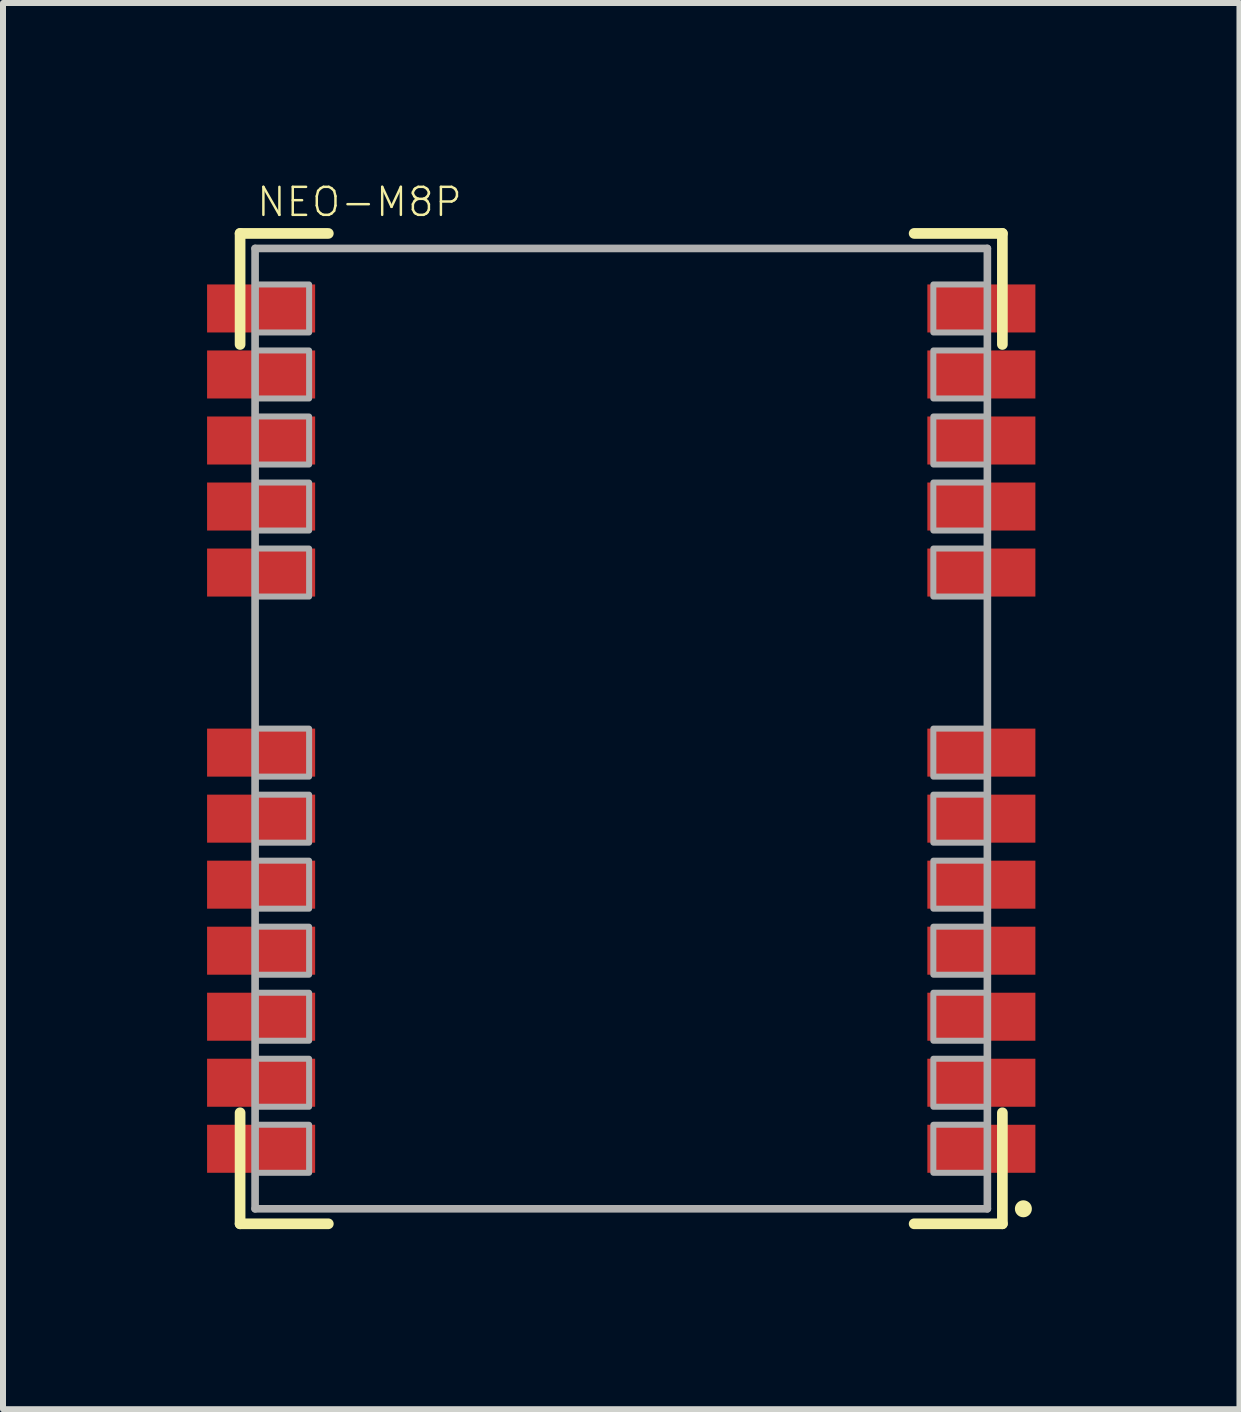
<source format=kicad_pcb>
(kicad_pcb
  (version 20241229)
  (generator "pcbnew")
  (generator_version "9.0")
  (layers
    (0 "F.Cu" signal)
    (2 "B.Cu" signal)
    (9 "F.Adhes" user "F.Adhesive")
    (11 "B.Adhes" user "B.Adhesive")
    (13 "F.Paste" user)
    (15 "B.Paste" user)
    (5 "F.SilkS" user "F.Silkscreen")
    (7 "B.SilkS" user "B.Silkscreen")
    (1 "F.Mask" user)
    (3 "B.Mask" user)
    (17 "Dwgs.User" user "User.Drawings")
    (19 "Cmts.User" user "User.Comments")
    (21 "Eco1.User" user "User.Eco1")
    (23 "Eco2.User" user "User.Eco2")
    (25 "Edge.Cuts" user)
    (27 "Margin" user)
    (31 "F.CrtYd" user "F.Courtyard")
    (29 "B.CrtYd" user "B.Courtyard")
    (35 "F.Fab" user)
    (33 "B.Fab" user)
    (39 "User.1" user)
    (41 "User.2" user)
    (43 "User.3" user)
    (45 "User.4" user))
  (footprint "NEO-M8P"
    (layer "F.Cu")
    (at 7.3 9.089)
    (property "Reference" "NEO-M8P" (at -6.1 -8.5 0) (layer "F.SilkS") (effects (font (size 0.467 0.467) (thickness 0.041)) (justify left bottom)))
    (fp_line (start -6.35 -8.25) (end -4.88 -8.25) (stroke (width 0.178) (type solid)) (layer "F.SilkS"))
    (fp_line (start -6.35 -6.4) (end -6.35 -8.25) (stroke (width 0.178) (type solid)) (layer "F.SilkS"))
    (fp_line (start -6.35 8.25) (end -6.35 6.4) (stroke (width 0.178) (type solid)) (layer "F.SilkS"))
    (fp_line (start -4.88 8.25) (end -6.35 8.25) (stroke (width 0.178) (type solid)) (layer "F.SilkS"))
    (fp_line (start 4.88 -8.25) (end 6.35 -8.25) (stroke (width 0.178) (type solid)) (layer "F.SilkS"))
    (fp_line (start 6.35 -8.25) (end 6.35 -6.4) (stroke (width 0.178) (type solid)) (layer "F.SilkS"))
    (fp_line (start 6.35 6.4) (end 6.35 8.25) (stroke (width 0.178) (type solid)) (layer "F.SilkS"))
    (fp_line (start 6.35 8.25) (end 4.88 8.25) (stroke (width 0.178) (type solid)) (layer "F.SilkS"))
    (fp_circle (center 6.7 8) (end 6.771 8) (stroke (width 0.141) (type solid)) (fill yes) (layer "F.SilkS"))
    (fp_poly (pts (xy -6.1 -7.4) (xy -7.3 -7.4) (xy -7.3 -6.6) (xy -6.1 -6.6)) (stroke (width 0) (type solid)) (fill yes) (layer "F.Paste"))
    (fp_poly (pts (xy -6.1 -6.3) (xy -7.3 -6.3) (xy -7.3 -5.5) (xy -6.1 -5.5)) (stroke (width 0) (type solid)) (fill yes) (layer "F.Paste"))
    (fp_poly (pts (xy -6.1 -5.2) (xy -7.3 -5.2) (xy -7.3 -4.4) (xy -6.1 -4.4)) (stroke (width 0) (type solid)) (fill yes) (layer "F.Paste"))
    (fp_poly (pts (xy -6.1 -4.1) (xy -7.3 -4.1) (xy -7.3 -3.3) (xy -6.1 -3.3)) (stroke (width 0) (type solid)) (fill yes) (layer "F.Paste"))
    (fp_poly (pts (xy -6.1 -3) (xy -7.3 -3) (xy -7.3 -2.2) (xy -6.1 -2.2)) (stroke (width 0) (type solid)) (fill yes) (layer "F.Paste"))
    (fp_poly (pts (xy -6.1 0) (xy -7.3 0) (xy -7.3 0.8) (xy -6.1 0.8)) (stroke (width 0) (type solid)) (fill yes) (layer "F.Paste"))
    (fp_poly (pts (xy -6.1 1.1) (xy -7.3 1.1) (xy -7.3 1.9) (xy -6.1 1.9)) (stroke (width 0) (type solid)) (fill yes) (layer "F.Paste"))
    (fp_poly (pts (xy -6.1 2.2) (xy -7.3 2.2) (xy -7.3 3) (xy -6.1 3)) (stroke (width 0) (type solid)) (fill yes) (layer "F.Paste"))
    (fp_poly (pts (xy -6.1 3.3) (xy -7.3 3.3) (xy -7.3 4.1) (xy -6.1 4.1)) (stroke (width 0) (type solid)) (fill yes) (layer "F.Paste"))
    (fp_poly (pts (xy -6.1 4.4) (xy -7.3 4.4) (xy -7.3 5.2) (xy -6.1 5.2)) (stroke (width 0) (type solid)) (fill yes) (layer "F.Paste"))
    (fp_poly (pts (xy -6.1 5.5) (xy -7.3 5.5) (xy -7.3 6.3) (xy -6.1 6.3)) (stroke (width 0) (type solid)) (fill yes) (layer "F.Paste"))
    (fp_poly (pts (xy -6.1 6.6) (xy -7.3 6.6) (xy -7.3 7.4) (xy -6.1 7.4)) (stroke (width 0) (type solid)) (fill yes) (layer "F.Paste"))
    (fp_poly (pts (xy -5.2 -7.3) (xy -6.1 -7.3) (xy -6.1 -6.7) (xy -5.2 -6.7)) (stroke (width 0) (type solid)) (fill yes) (layer "F.Paste"))
    (fp_poly (pts (xy -5.2 -6.2) (xy -6.1 -6.2) (xy -6.1 -5.6) (xy -5.2 -5.6)) (stroke (width 0) (type solid)) (fill yes) (layer "F.Paste"))
    (fp_poly (pts (xy -5.2 -5.1) (xy -6.1 -5.1) (xy -6.1 -4.5) (xy -5.2 -4.5)) (stroke (width 0) (type solid)) (fill yes) (layer "F.Paste"))
    (fp_poly (pts (xy -5.2 -4) (xy -6.1 -4) (xy -6.1 -3.4) (xy -5.2 -3.4)) (stroke (width 0) (type solid)) (fill yes) (layer "F.Paste"))
    (fp_poly (pts (xy -5.2 -2.9) (xy -6.1 -2.9) (xy -6.1 -2.3) (xy -5.2 -2.3)) (stroke (width 0) (type solid)) (fill yes) (layer "F.Paste"))
    (fp_poly (pts (xy -5.2 0.1) (xy -6.1 0.1) (xy -6.1 0.7) (xy -5.2 0.7)) (stroke (width 0) (type solid)) (fill yes) (layer "F.Paste"))
    (fp_poly (pts (xy -5.2 1.2) (xy -6.1 1.2) (xy -6.1 1.8) (xy -5.2 1.8)) (stroke (width 0) (type solid)) (fill yes) (layer "F.Paste"))
    (fp_poly (pts (xy -5.2 2.3) (xy -6.1 2.3) (xy -6.1 2.9) (xy -5.2 2.9)) (stroke (width 0) (type solid)) (fill yes) (layer "F.Paste"))
    (fp_poly (pts (xy -5.2 3.4) (xy -6.1 3.4) (xy -6.1 4) (xy -5.2 4)) (stroke (width 0) (type solid)) (fill yes) (layer "F.Paste"))
    (fp_poly (pts (xy -5.2 4.5) (xy -6.1 4.5) (xy -6.1 5.1) (xy -5.2 5.1)) (stroke (width 0) (type solid)) (fill yes) (layer "F.Paste"))
    (fp_poly (pts (xy -5.2 5.6) (xy -6.1 5.6) (xy -6.1 6.2) (xy -5.2 6.2)) (stroke (width 0) (type solid)) (fill yes) (layer "F.Paste"))
    (fp_poly (pts (xy -5.2 6.7) (xy -6.1 6.7) (xy -6.1 7.3) (xy -5.2 7.3)) (stroke (width 0) (type solid)) (fill yes) (layer "F.Paste"))
    (fp_poly (pts (xy 5.2 -6.7) (xy 6.1 -6.7) (xy 6.1 -7.3) (xy 5.2 -7.3)) (stroke (width 0) (type solid)) (fill yes) (layer "F.Paste"))
    (fp_poly (pts (xy 5.2 -5.6) (xy 6.1 -5.6) (xy 6.1 -6.2) (xy 5.2 -6.2)) (stroke (width 0) (type solid)) (fill yes) (layer "F.Paste"))
    (fp_poly (pts (xy 5.2 -4.5) (xy 6.1 -4.5) (xy 6.1 -5.1) (xy 5.2 -5.1)) (stroke (width 0) (type solid)) (fill yes) (layer "F.Paste"))
    (fp_poly (pts (xy 5.2 -3.4) (xy 6.1 -3.4) (xy 6.1 -4) (xy 5.2 -4)) (stroke (width 0) (type solid)) (fill yes) (layer "F.Paste"))
    (fp_poly (pts (xy 5.2 -2.3) (xy 6.1 -2.3) (xy 6.1 -2.9) (xy 5.2 -2.9)) (stroke (width 0) (type solid)) (fill yes) (layer "F.Paste"))
    (fp_poly (pts (xy 5.2 0.7) (xy 6.1 0.7) (xy 6.1 0.1) (xy 5.2 0.1)) (stroke (width 0) (type solid)) (fill yes) (layer "F.Paste"))
    (fp_poly (pts (xy 5.2 1.8) (xy 6.1 1.8) (xy 6.1 1.2) (xy 5.2 1.2)) (stroke (width 0) (type solid)) (fill yes) (layer "F.Paste"))
    (fp_poly (pts (xy 5.2 2.9) (xy 6.1 2.9) (xy 6.1 2.3) (xy 5.2 2.3)) (stroke (width 0) (type solid)) (fill yes) (layer "F.Paste"))
    (fp_poly (pts (xy 5.2 4) (xy 6.1 4) (xy 6.1 3.4) (xy 5.2 3.4)) (stroke (width 0) (type solid)) (fill yes) (layer "F.Paste"))
    (fp_poly (pts (xy 5.2 5.1) (xy 6.1 5.1) (xy 6.1 4.5) (xy 5.2 4.5)) (stroke (width 0) (type solid)) (fill yes) (layer "F.Paste"))
    (fp_poly (pts (xy 5.2 6.2) (xy 6.1 6.2) (xy 6.1 5.6) (xy 5.2 5.6)) (stroke (width 0) (type solid)) (fill yes) (layer "F.Paste"))
    (fp_poly (pts (xy 5.2 7.3) (xy 6.1 7.3) (xy 6.1 6.7) (xy 5.2 6.7)) (stroke (width 0) (type solid)) (fill yes) (layer "F.Paste"))
    (fp_poly (pts (xy 6.1 -6.6) (xy 7.3 -6.6) (xy 7.3 -7.4) (xy 6.1 -7.4)) (stroke (width 0) (type solid)) (fill yes) (layer "F.Paste"))
    (fp_poly (pts (xy 6.1 -5.5) (xy 7.3 -5.5) (xy 7.3 -6.3) (xy 6.1 -6.3)) (stroke (width 0) (type solid)) (fill yes) (layer "F.Paste"))
    (fp_poly (pts (xy 6.1 -4.4) (xy 7.3 -4.4) (xy 7.3 -5.2) (xy 6.1 -5.2)) (stroke (width 0) (type solid)) (fill yes) (layer "F.Paste"))
    (fp_poly (pts (xy 6.1 -3.3) (xy 7.3 -3.3) (xy 7.3 -4.1) (xy 6.1 -4.1)) (stroke (width 0) (type solid)) (fill yes) (layer "F.Paste"))
    (fp_poly (pts (xy 6.1 -2.2) (xy 7.3 -2.2) (xy 7.3 -3) (xy 6.1 -3)) (stroke (width 0) (type solid)) (fill yes) (layer "F.Paste"))
    (fp_poly (pts (xy 6.1 0.8) (xy 7.3 0.8) (xy 7.3 0) (xy 6.1 0)) (stroke (width 0) (type solid)) (fill yes) (layer "F.Paste"))
    (fp_poly (pts (xy 6.1 1.9) (xy 7.3 1.9) (xy 7.3 1.1) (xy 6.1 1.1)) (stroke (width 0) (type solid)) (fill yes) (layer "F.Paste"))
    (fp_poly (pts (xy 6.1 3) (xy 7.3 3) (xy 7.3 2.2) (xy 6.1 2.2)) (stroke (width 0) (type solid)) (fill yes) (layer "F.Paste"))
    (fp_poly (pts (xy 6.1 4.1) (xy 7.3 4.1) (xy 7.3 3.3) (xy 6.1 3.3)) (stroke (width 0) (type solid)) (fill yes) (layer "F.Paste"))
    (fp_poly (pts (xy 6.1 5.2) (xy 7.3 5.2) (xy 7.3 4.4) (xy 6.1 4.4)) (stroke (width 0) (type solid)) (fill yes) (layer "F.Paste"))
    (fp_poly (pts (xy 6.1 6.3) (xy 7.3 6.3) (xy 7.3 5.5) (xy 6.1 5.5)) (stroke (width 0) (type solid)) (fill yes) (layer "F.Paste"))
    (fp_poly (pts (xy 6.1 7.4) (xy 7.3 7.4) (xy 7.3 6.6) (xy 6.1 6.6)) (stroke (width 0) (type solid)) (fill yes) (layer "F.Paste"))
    (fp_line (start -6.1 -8) (end 6.1 -8) (stroke (width 0.127) (type solid)) (layer "F.Fab"))
    (fp_line (start -6.1 8) (end -6.1 -8) (stroke (width 0.127) (type solid)) (layer "F.Fab"))
    (fp_line (start 6.1 -8) (end 6.1 8) (stroke (width 0.127) (type solid)) (layer "F.Fab"))
    (fp_line (start 6.1 8) (end -6.1 8) (stroke (width 0.127) (type solid)) (layer "F.Fab"))
    (fp_poly (pts (xy -6.1 -6.6) (xy -5.2 -6.6) (xy -5.2 -7.4) (xy -6.1 -7.4)) (stroke (width 0.1) (type solid)) (fill no) (layer "F.Fab"))
    (fp_poly (pts (xy -6.1 -5.5) (xy -5.2 -5.5) (xy -5.2 -6.3) (xy -6.1 -6.3)) (stroke (width 0.1) (type solid)) (fill no) (layer "F.Fab"))
    (fp_poly (pts (xy -6.1 -4.4) (xy -5.2 -4.4) (xy -5.2 -5.2) (xy -6.1 -5.2)) (stroke (width 0.1) (type solid)) (fill no) (layer "F.Fab"))
    (fp_poly (pts (xy -6.1 -3.3) (xy -5.2 -3.3) (xy -5.2 -4.1) (xy -6.1 -4.1)) (stroke (width 0.1) (type solid)) (fill no) (layer "F.Fab"))
    (fp_poly (pts (xy -6.1 -2.2) (xy -5.2 -2.2) (xy -5.2 -3) (xy -6.1 -3)) (stroke (width 0.1) (type solid)) (fill no) (layer "F.Fab"))
    (fp_poly (pts (xy -6.1 0.8) (xy -5.2 0.8) (xy -5.2 0) (xy -6.1 0)) (stroke (width 0.1) (type solid)) (fill no) (layer "F.Fab"))
    (fp_poly (pts (xy -6.1 1.9) (xy -5.2 1.9) (xy -5.2 1.1) (xy -6.1 1.1)) (stroke (width 0.1) (type solid)) (fill no) (layer "F.Fab"))
    (fp_poly (pts (xy -6.1 3) (xy -5.2 3) (xy -5.2 2.2) (xy -6.1 2.2)) (stroke (width 0.1) (type solid)) (fill no) (layer "F.Fab"))
    (fp_poly (pts (xy -6.1 4.1) (xy -5.2 4.1) (xy -5.2 3.3) (xy -6.1 3.3)) (stroke (width 0.1) (type solid)) (fill no) (layer "F.Fab"))
    (fp_poly (pts (xy -6.1 5.2) (xy -5.2 5.2) (xy -5.2 4.4) (xy -6.1 4.4)) (stroke (width 0.1) (type solid)) (fill no) (layer "F.Fab"))
    (fp_poly (pts (xy -6.1 6.3) (xy -5.2 6.3) (xy -5.2 5.5) (xy -6.1 5.5)) (stroke (width 0.1) (type solid)) (fill no) (layer "F.Fab"))
    (fp_poly (pts (xy -6.1 7.4) (xy -5.2 7.4) (xy -5.2 6.6) (xy -6.1 6.6)) (stroke (width 0.1) (type solid)) (fill no) (layer "F.Fab"))
    (fp_poly (pts (xy 5.2 -6.6) (xy 6.1 -6.6) (xy 6.1 -7.4) (xy 5.2 -7.4)) (stroke (width 0.1) (type solid)) (fill no) (layer "F.Fab"))
    (fp_poly (pts (xy 5.2 -5.5) (xy 6.1 -5.5) (xy 6.1 -6.3) (xy 5.2 -6.3)) (stroke (width 0.1) (type solid)) (fill no) (layer "F.Fab"))
    (fp_poly (pts (xy 5.2 -4.4) (xy 6.1 -4.4) (xy 6.1 -5.2) (xy 5.2 -5.2)) (stroke (width 0.1) (type solid)) (fill no) (layer "F.Fab"))
    (fp_poly (pts (xy 5.2 -3.3) (xy 6.1 -3.3) (xy 6.1 -4.1) (xy 5.2 -4.1)) (stroke (width 0.1) (type solid)) (fill no) (layer "F.Fab"))
    (fp_poly (pts (xy 5.2 -2.2) (xy 6.1 -2.2) (xy 6.1 -3) (xy 5.2 -3)) (stroke (width 0.1) (type solid)) (fill no) (layer "F.Fab"))
    (fp_poly (pts (xy 5.2 0.8) (xy 6.1 0.8) (xy 6.1 0) (xy 5.2 0)) (stroke (width 0.1) (type solid)) (fill no) (layer "F.Fab"))
    (fp_poly (pts (xy 5.2 1.9) (xy 6.1 1.9) (xy 6.1 1.1) (xy 5.2 1.1)) (stroke (width 0.1) (type solid)) (fill no) (layer "F.Fab"))
    (fp_poly (pts (xy 5.2 3) (xy 6.1 3) (xy 6.1 2.2) (xy 5.2 2.2)) (stroke (width 0.1) (type solid)) (fill no) (layer "F.Fab"))
    (fp_poly (pts (xy 5.2 4.1) (xy 6.1 4.1) (xy 6.1 3.3) (xy 5.2 3.3)) (stroke (width 0.1) (type solid)) (fill no) (layer "F.Fab"))
    (fp_poly (pts (xy 5.2 5.2) (xy 6.1 5.2) (xy 6.1 4.4) (xy 5.2 4.4)) (stroke (width 0.1) (type solid)) (fill no) (layer "F.Fab"))
    (fp_poly (pts (xy 5.2 6.3) (xy 6.1 6.3) (xy 6.1 5.5) (xy 5.2 5.5)) (stroke (width 0.1) (type solid)) (fill no) (layer "F.Fab"))
    (fp_poly (pts (xy 5.2 7.4) (xy 6.1 7.4) (xy 6.1 6.6) (xy 5.2 6.6)) (stroke (width 0.1) (type solid)) (fill no) (layer "F.Fab"))
    (pad "1" smd rect (at 6 7) (size 1.8 0.8) (layers "F.Cu" "F.Mask"))
    (pad "2" smd rect (at 6 5.9) (size 1.8 0.8) (layers "F.Cu" "F.Mask"))
    (pad "3" smd rect (at 6 4.8) (size 1.8 0.8) (layers "F.Cu" "F.Mask"))
    (pad "4" smd rect (at 6 3.7) (size 1.8 0.8) (layers "F.Cu" "F.Mask"))
    (pad "5" smd rect (at 6 2.6) (size 1.8 0.8) (layers "F.Cu" "F.Mask"))
    (pad "6" smd rect (at 6 1.5) (size 1.8 0.8) (layers "F.Cu" "F.Mask"))
    (pad "7" smd rect (at 6 0.4) (size 1.8 0.8) (layers "F.Cu" "F.Mask"))
    (pad "8" smd rect (at 6 -2.6) (size 1.8 0.8) (layers "F.Cu" "F.Mask"))
    (pad "9" smd rect (at 6 -3.7) (size 1.8 0.8) (layers "F.Cu" "F.Mask"))
    (pad "10" smd rect (at 6 -4.8) (size 1.8 0.8) (layers "F.Cu" "F.Mask"))
    (pad "11" smd rect (at 6 -5.9) (size 1.8 0.8) (layers "F.Cu" "F.Mask"))
    (pad "12" smd rect (at 6 -7) (size 1.8 0.8) (layers "F.Cu" "F.Mask"))
    (pad "13" smd rect (at -6 -7 180) (size 1.8 0.8) (layers "F.Cu" "F.Mask"))
    (pad "14" smd rect (at -6 -5.9 180) (size 1.8 0.8) (layers "F.Cu" "F.Mask"))
    (pad "15" smd rect (at -6 -4.8 180) (size 1.8 0.8) (layers "F.Cu" "F.Mask"))
    (pad "16" smd rect (at -6 -3.7 180) (size 1.8 0.8) (layers "F.Cu" "F.Mask"))
    (pad "17" smd rect (at -6 -2.6 180) (size 1.8 0.8) (layers "F.Cu" "F.Mask"))
    (pad "18" smd rect (at -6 0.4 180) (size 1.8 0.8) (layers "F.Cu" "F.Mask"))
    (pad "19" smd rect (at -6 1.5 180) (size 1.8 0.8) (layers "F.Cu" "F.Mask"))
    (pad "20" smd rect (at -6 2.6 180) (size 1.8 0.8) (layers "F.Cu" "F.Mask"))
    (pad "21" smd rect (at -6 3.7 180) (size 1.8 0.8) (layers "F.Cu" "F.Mask"))
    (pad "22" smd rect (at -6 4.8 180) (size 1.8 0.8) (layers "F.Cu" "F.Mask"))
    (pad "23" smd rect (at -6 5.9 180) (size 1.8 0.8) (layers "F.Cu" "F.Mask"))
    (pad "24" smd rect (at -6 7 180) (size 1.8 0.8) (layers "F.Cu" "F.Mask")))
  (gr_rect
    (start -3 -3)
    (end 17.6 20.428)
    (stroke (width 0.1) (type default))
    (fill no)
    (layer "Edge.Cuts")))
</source>
